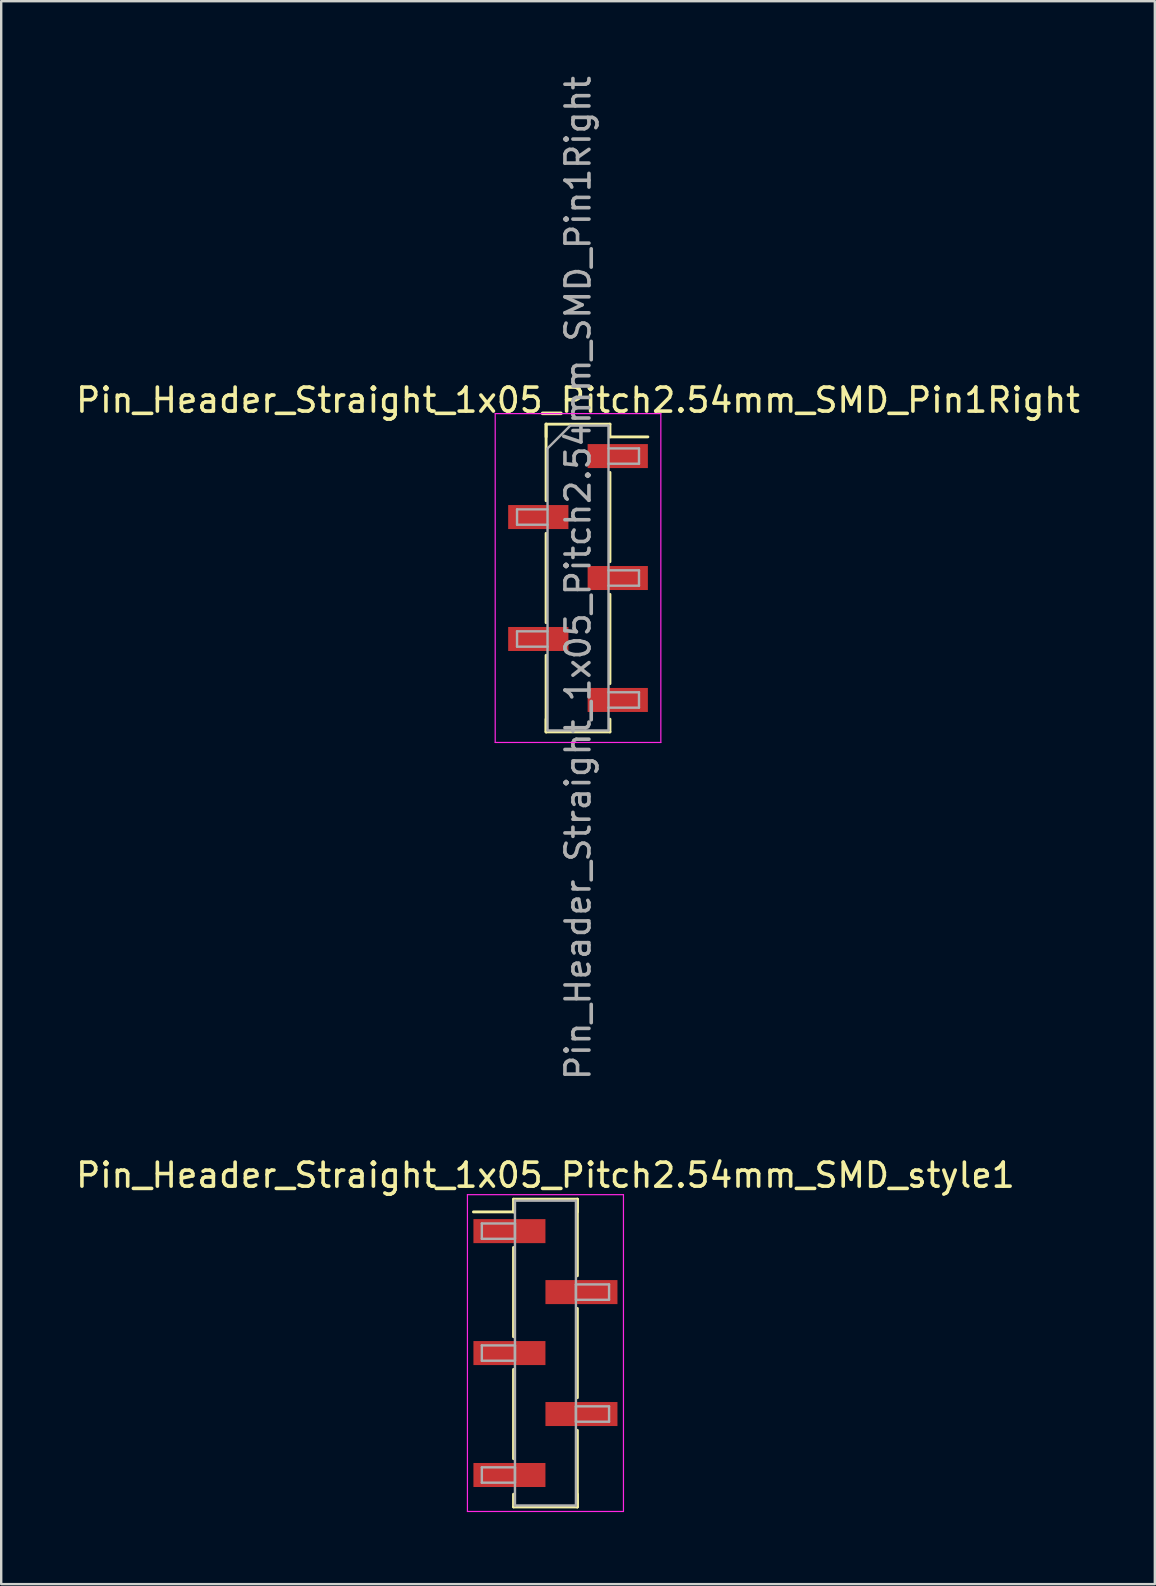
<source format=kicad_pcb>
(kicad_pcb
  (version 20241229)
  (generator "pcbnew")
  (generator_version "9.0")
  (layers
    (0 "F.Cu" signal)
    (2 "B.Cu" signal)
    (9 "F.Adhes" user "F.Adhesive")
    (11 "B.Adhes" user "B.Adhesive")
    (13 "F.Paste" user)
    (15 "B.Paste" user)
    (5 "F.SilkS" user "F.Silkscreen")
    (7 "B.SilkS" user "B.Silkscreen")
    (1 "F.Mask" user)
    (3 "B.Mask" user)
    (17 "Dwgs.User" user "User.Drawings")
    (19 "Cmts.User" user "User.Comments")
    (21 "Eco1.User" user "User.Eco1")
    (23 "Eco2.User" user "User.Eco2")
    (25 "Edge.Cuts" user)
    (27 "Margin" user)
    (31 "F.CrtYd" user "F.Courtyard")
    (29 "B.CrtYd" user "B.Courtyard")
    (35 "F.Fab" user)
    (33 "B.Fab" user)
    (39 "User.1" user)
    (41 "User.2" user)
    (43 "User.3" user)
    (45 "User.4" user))
  (footprint "Pin_Header_Straight_1x05_Pitch2.54mm_SMD_style1"
    (layer "F.Cu")
    (at 19.673 53.318)
    (property "Reference" "Pin_Header_Straight_1x05_Pitch2.54mm_SMD_style1" (at 0 -7.41 0) (layer "F.SilkS") (effects (font (size 1 1) (thickness 0.15))))
    (attr smd)
    (fp_line (start -1.33 -6.41) (end 1.33 -6.41) (stroke (width 0.12) (type solid)) (layer "F.SilkS"))
    (fp_line (start -1.33 -5.88) (end -3 -5.88) (stroke (width 0.12) (type solid)) (layer "F.SilkS"))
    (fp_line (start -1.33 -5.88) (end -1.33 -6.41) (stroke (width 0.12) (type solid)) (layer "F.SilkS"))
    (fp_line (start -1.33 -4.4) (end -1.33 -0.68) (stroke (width 0.12) (type solid)) (layer "F.SilkS"))
    (fp_line (start -1.33 0.68) (end -1.33 4.4) (stroke (width 0.12) (type solid)) (layer "F.SilkS"))
    (fp_line (start -1.33 5.88) (end -1.33 6.41) (stroke (width 0.12) (type solid)) (layer "F.SilkS"))
    (fp_line (start -1.33 6.41) (end 1.33 6.41) (stroke (width 0.12) (type solid)) (layer "F.SilkS"))
    (fp_line (start 1.33 -6.41) (end 1.33 -5.88) (stroke (width 0.12) (type solid)) (layer "F.SilkS"))
    (fp_line (start 1.33 -6.41) (end 1.33 -3.22) (stroke (width 0.12) (type solid)) (layer "F.SilkS"))
    (fp_line (start 1.33 -1.86) (end 1.33 1.86) (stroke (width 0.12) (type solid)) (layer "F.SilkS"))
    (fp_line (start 1.33 3.22) (end 1.33 6.41) (stroke (width 0.12) (type solid)) (layer "F.SilkS"))
    (fp_line (start 1.33 6.41) (end 1.33 5.88) (stroke (width 0.12) (type solid)) (layer "F.SilkS"))
    (fp_line (start -3.25 -6.6) (end -3.25 6.6) (stroke (width 0.05) (type solid)) (layer "F.CrtYd"))
    (fp_line (start -3.25 6.6) (end 3.25 6.6) (stroke (width 0.05) (type solid)) (layer "F.CrtYd"))
    (fp_line (start 3.25 -6.6) (end -3.25 -6.6) (stroke (width 0.05) (type solid)) (layer "F.CrtYd"))
    (fp_line (start 3.25 6.6) (end 3.25 -6.6) (stroke (width 0.05) (type solid)) (layer "F.CrtYd"))
    (fp_line (start -2.65 -5.4) (end -1.27 -5.4) (stroke (width 0.1) (type solid)) (layer "F.Fab"))
    (fp_line (start -2.65 -4.76) (end -2.65 -5.4) (stroke (width 0.1) (type solid)) (layer "F.Fab"))
    (fp_line (start -2.65 -0.32) (end -1.27 -0.32) (stroke (width 0.1) (type solid)) (layer "F.Fab"))
    (fp_line (start -2.65 0.32) (end -2.65 -0.32) (stroke (width 0.1) (type solid)) (layer "F.Fab"))
    (fp_line (start -2.65 4.76) (end -1.27 4.76) (stroke (width 0.1) (type solid)) (layer "F.Fab"))
    (fp_line (start -2.65 5.4) (end -2.65 4.76) (stroke (width 0.1) (type solid)) (layer "F.Fab"))
    (fp_line (start -1.27 -6.35) (end -1.27 6.35) (stroke (width 0.1) (type solid)) (layer "F.Fab"))
    (fp_line (start -1.27 -5.4) (end -1.27 -4.76) (stroke (width 0.1) (type solid)) (layer "F.Fab"))
    (fp_line (start -1.27 -4.76) (end -2.65 -4.76) (stroke (width 0.1) (type solid)) (layer "F.Fab"))
    (fp_line (start -1.27 -0.32) (end -1.27 0.32) (stroke (width 0.1) (type solid)) (layer "F.Fab"))
    (fp_line (start -1.27 0.32) (end -2.65 0.32) (stroke (width 0.1) (type solid)) (layer "F.Fab"))
    (fp_line (start -1.27 4.76) (end -1.27 5.4) (stroke (width 0.1) (type solid)) (layer "F.Fab"))
    (fp_line (start -1.27 5.4) (end -2.65 5.4) (stroke (width 0.1) (type solid)) (layer "F.Fab"))
    (fp_line (start -1.27 6.35) (end 1.27 6.35) (stroke (width 0.1) (type solid)) (layer "F.Fab"))
    (fp_line (start 1.27 -6.35) (end -1.27 -6.35) (stroke (width 0.1) (type solid)) (layer "F.Fab"))
    (fp_line (start 1.27 -2.86) (end 1.27 -2.22) (stroke (width 0.1) (type solid)) (layer "F.Fab"))
    (fp_line (start 1.27 -2.22) (end 2.65 -2.22) (stroke (width 0.1) (type solid)) (layer "F.Fab"))
    (fp_line (start 1.27 2.22) (end 1.27 2.86) (stroke (width 0.1) (type solid)) (layer "F.Fab"))
    (fp_line (start 1.27 2.86) (end 2.65 2.86) (stroke (width 0.1) (type solid)) (layer "F.Fab"))
    (fp_line (start 1.27 6.35) (end 1.27 -6.35) (stroke (width 0.1) (type solid)) (layer "F.Fab"))
    (fp_line (start 2.65 -2.86) (end 1.27 -2.86) (stroke (width 0.1) (type solid)) (layer "F.Fab"))
    (fp_line (start 2.65 -2.22) (end 2.65 -2.86) (stroke (width 0.1) (type solid)) (layer "F.Fab"))
    (fp_line (start 2.65 2.22) (end 1.27 2.22) (stroke (width 0.1) (type solid)) (layer "F.Fab"))
    (fp_line (start 2.65 2.86) (end 2.65 2.22) (stroke (width 0.1) (type solid)) (layer "F.Fab"))
    (pad "1" smd rect (at -1.5 -5.08) (size 3 1) (layers "F.Cu" "F.Mask"))
    (pad "2" smd rect (at 1.5 -2.54) (size 3 1) (layers "F.Cu" "F.Mask"))
    (pad "3" smd rect (at -1.5 0) (size 3 1) (layers "F.Cu" "F.Mask"))
    (pad "4" smd rect (at 1.5 2.54) (size 3 1) (layers "F.Cu" "F.Mask"))
    (pad "5" smd rect (at -1.5 5.08) (size 3 1) (layers "F.Cu" "F.Mask")))
  (footprint "Pin_Header_Straight_1x05_Pitch2.54mm_SMD_Pin1Right"
    (layer "F.Cu")
    (at 21.03 21.03)
    (property "Reference" "Pin_Header_Straight_1x05_Pitch2.54mm_SMD_Pin1Right" (at 0 -7.41 0) (layer "F.SilkS") (effects (font (size 1 1) (thickness 0.15))))
    (attr smd)
    (fp_line (start -1.33 -6.41) (end -1.33 -3.22) (stroke (width 0.12) (type solid)) (layer "F.SilkS"))
    (fp_line (start -1.33 -6.41) (end 1.33 -6.41) (stroke (width 0.12) (type solid)) (layer "F.SilkS"))
    (fp_line (start -1.33 -5.88) (end -1.33 -6.41) (stroke (width 0.12) (type solid)) (layer "F.SilkS"))
    (fp_line (start -1.33 -1.86) (end -1.33 1.86) (stroke (width 0.12) (type solid)) (layer "F.SilkS"))
    (fp_line (start -1.33 3.22) (end -1.33 6.41) (stroke (width 0.12) (type solid)) (layer "F.SilkS"))
    (fp_line (start -1.33 5.88) (end -1.33 6.41) (stroke (width 0.12) (type solid)) (layer "F.SilkS"))
    (fp_line (start -1.33 6.41) (end 1.33 6.41) (stroke (width 0.12) (type solid)) (layer "F.SilkS"))
    (fp_line (start 1.33 -6.41) (end 1.33 -5.88) (stroke (width 0.12) (type solid)) (layer "F.SilkS"))
    (fp_line (start 1.33 -5.88) (end 2.91 -5.88) (stroke (width 0.12) (type solid)) (layer "F.SilkS"))
    (fp_line (start 1.33 -4.4) (end 1.33 -0.68) (stroke (width 0.12) (type solid)) (layer "F.SilkS"))
    (fp_line (start 1.33 0.68) (end 1.33 4.4) (stroke (width 0.12) (type solid)) (layer "F.SilkS"))
    (fp_line (start 1.33 6.41) (end 1.33 5.88) (stroke (width 0.12) (type solid)) (layer "F.SilkS"))
    (fp_line (start -3.45 -6.85) (end -3.45 6.85) (stroke (width 0.05) (type solid)) (layer "F.CrtYd"))
    (fp_line (start -3.45 6.85) (end 3.45 6.85) (stroke (width 0.05) (type solid)) (layer "F.CrtYd"))
    (fp_line (start 3.45 -6.85) (end -3.45 -6.85) (stroke (width 0.05) (type solid)) (layer "F.CrtYd"))
    (fp_line (start 3.45 6.85) (end 3.45 -6.85) (stroke (width 0.05) (type solid)) (layer "F.CrtYd"))
    (fp_line (start -2.54 -2.86) (end -2.54 -2.22) (stroke (width 0.1) (type solid)) (layer "F.Fab"))
    (fp_line (start -2.54 -2.22) (end -1.27 -2.22) (stroke (width 0.1) (type solid)) (layer "F.Fab"))
    (fp_line (start -2.54 2.22) (end -2.54 2.86) (stroke (width 0.1) (type solid)) (layer "F.Fab"))
    (fp_line (start -2.54 2.86) (end -1.27 2.86) (stroke (width 0.1) (type solid)) (layer "F.Fab"))
    (fp_line (start -1.27 -5.4) (end -0.32 -6.35) (stroke (width 0.1) (type solid)) (layer "F.Fab"))
    (fp_line (start -1.27 -2.86) (end -2.54 -2.86) (stroke (width 0.1) (type solid)) (layer "F.Fab"))
    (fp_line (start -1.27 2.22) (end -2.54 2.22) (stroke (width 0.1) (type solid)) (layer "F.Fab"))
    (fp_line (start -1.27 6.35) (end -1.27 -5.4) (stroke (width 0.1) (type solid)) (layer "F.Fab"))
    (fp_line (start -0.32 -6.35) (end 1.27 -6.35) (stroke (width 0.1) (type solid)) (layer "F.Fab"))
    (fp_line (start 1.27 -6.35) (end 1.27 6.35) (stroke (width 0.1) (type solid)) (layer "F.Fab"))
    (fp_line (start 1.27 -5.4) (end 2.54 -5.4) (stroke (width 0.1) (type solid)) (layer "F.Fab"))
    (fp_line (start 1.27 -0.32) (end 2.54 -0.32) (stroke (width 0.1) (type solid)) (layer "F.Fab"))
    (fp_line (start 1.27 4.76) (end 2.54 4.76) (stroke (width 0.1) (type solid)) (layer "F.Fab"))
    (fp_line (start 1.27 6.35) (end -1.27 6.35) (stroke (width 0.1) (type solid)) (layer "F.Fab"))
    (fp_line (start 2.54 -5.4) (end 2.54 -4.76) (stroke (width 0.1) (type solid)) (layer "F.Fab"))
    (fp_line (start 2.54 -4.76) (end 1.27 -4.76) (stroke (width 0.1) (type solid)) (layer "F.Fab"))
    (fp_line (start 2.54 -0.32) (end 2.54 0.32) (stroke (width 0.1) (type solid)) (layer "F.Fab"))
    (fp_line (start 2.54 0.32) (end 1.27 0.32) (stroke (width 0.1) (type solid)) (layer "F.Fab"))
    (fp_line (start 2.54 4.76) (end 2.54 5.4) (stroke (width 0.1) (type solid)) (layer "F.Fab"))
    (fp_line (start 2.54 5.4) (end 1.27 5.4) (stroke (width 0.1) (type solid)) (layer "F.Fab"))
    (fp_text user "${REFERENCE}" (at 0 0 90) (layer "F.Fab") (effects (font (size 1 1) (thickness 0.15))))
    (pad "1" smd rect (at 1.655 -5.08) (size 2.51 1) (layers "F.Cu" "F.Mask" "F.Paste"))
    (pad "2" smd rect (at -1.655 -2.54) (size 2.51 1) (layers "F.Cu" "F.Mask" "F.Paste"))
    (pad "3" smd rect (at 1.655 0) (size 2.51 1) (layers "F.Cu" "F.Mask" "F.Paste"))
    (pad "4" smd rect (at -1.655 2.54) (size 2.51 1) (layers "F.Cu" "F.Mask" "F.Paste"))
    (pad "5" smd rect (at 1.655 5.08) (size 2.51 1) (layers "F.Cu" "F.Mask" "F.Paste")))
  (gr_rect
    (start -3 -3)
    (end 45.06 62.943)
    (stroke (width 0.1) (type default))
    (fill no)
    (layer "Edge.Cuts")))
</source>
